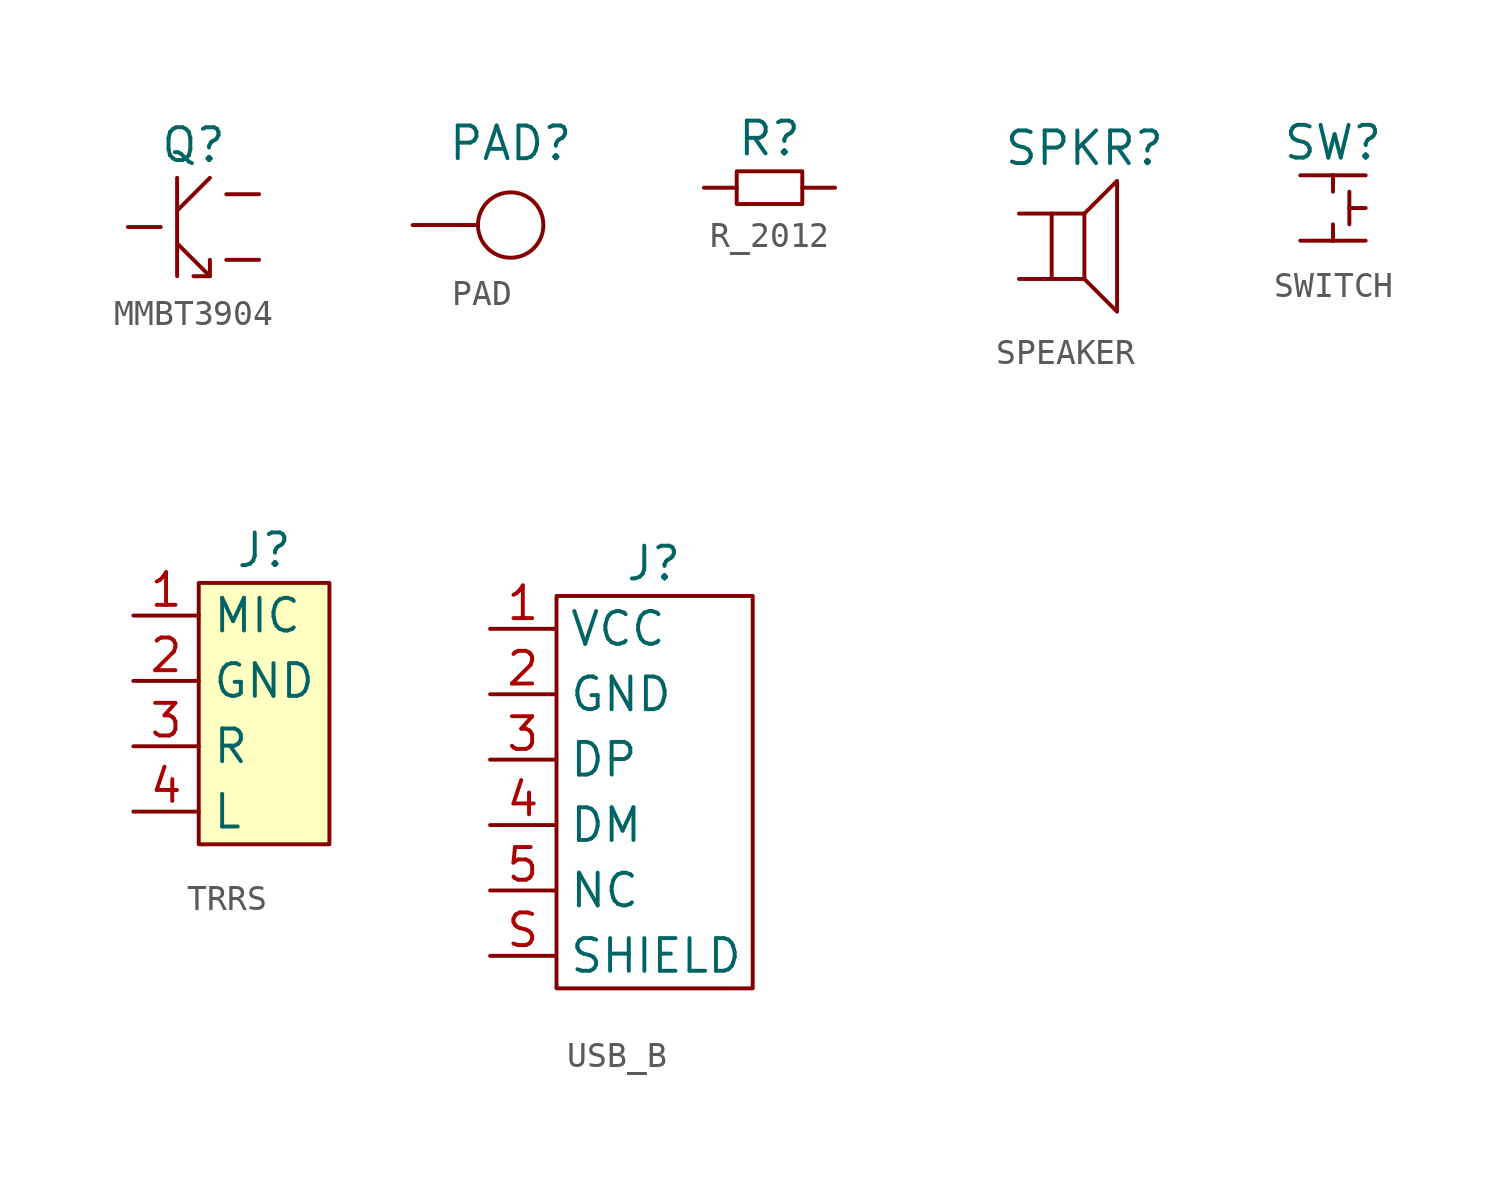
<source format=kicad_sym>
(kicad_symbol_lib
  (version 20220914)
  (generator kicad_symbol_editor)
  (symbol "MMBT3904"
    (pin_numbers hide)
    (pin_names hide)
    (property "Reference" "Q"
      (at 0 3.175 0)
      (effects (font (size 1.27 1.27))))
    (property "Value" ""
      (at 0 0 0)
      (effects (font (size 1.27 1.27))))
    (symbol "MMBT3904_0_1"
      (polyline (pts (xy -0.635 1.905) (xy -0.635 -1.905)) (stroke (width 0) (type default)) (fill (type none)))
      (polyline (pts (xy 0.635 -1.905) (xy 0 -1.905)) (stroke (width 0) (type default)) (fill (type none)))
      (polyline (pts (xy 0.635 1.905) (xy -0.635 0.635)) (stroke (width 0) (type default)) (fill (type none)))
      (polyline (pts (xy -0.635 -0.635) (xy 0.635 -1.905) (xy 0.635 -1.27)) (stroke (width 0) (type default)) (fill (type none))))
    (symbol "MMBT3904_1_1"
      (pin input line (at -2.54 0 0) (length 1.27) (name "B" (effects (font (size 1.27 1.27)))) (number "1" (effects (font (size 1.27 1.27)))))
      (pin output line (at 2.54 -1.27 180) (length 1.27) (name "E" (effects (font (size 1.27 1.27)))) (number "2" (effects (font (size 1.27 1.27)))))
      (pin input line (at 2.54 1.27 180) (length 1.27) (name "C" (effects (font (size 1.27 1.27)))) (number "3" (effects (font (size 1.27 1.27)))))))
  (symbol "PAD"
    (pin_numbers hide)
    (pin_names hide)
    (property "Reference" "PAD"
      (at 0 3.175 0)
      (effects (font (size 1.27 1.27))))
    (property "Value" ""
      (at 0 0 0)
      (effects (font (size 1.27 1.27))))
    (symbol "PAD_0_1"
      (circle (center 0 0) (radius 1.27) (stroke (width 0) (type default)) (fill (type none))))
    (symbol "PAD_1_1"
      (pin input line (at -3.81 0 0) (length 2.54) (name "1" (effects (font (size 1.27 1.27)))) (number "1" (effects (font (size 1.27 1.27)))))))
  (symbol "R_2012"
    (pin_numbers hide)
    (pin_names hide)
    (property "Reference" "R"
      (at 0 0.635 0)
      (effects (font (size 1.27 1.27))))
    (property "Value" ""
      (at 0 0.635 0)
      (effects (font (size 1.27 1.27))))
    (symbol "R_2012_0_1"
      (polyline (pts (xy -1.27 -0.635) (xy -1.27 -1.905) (xy 1.27 -1.905) (xy 1.27 -0.635) (xy -1.27 -0.635)) (stroke (width 0) (type default)) (fill (type none))))
    (symbol "R_2012_1_1"
      (pin passive line (at -2.54 -1.27 0) (length 1.27) (name "" (effects (font (size 1.27 1.27)))) (number "1" (effects (font (size 1.27 1.27)))))
      (pin passive line (at 2.54 -1.27 180) (length 1.27) (name "" (effects (font (size 1.27 1.27)))) (number "2" (effects (font (size 1.27 1.27)))))))
  (symbol "SPEAKER"
    (pin_numbers hide)
    (pin_names hide)
    (property "Reference" "SPKR"
      (at 0 3.81 0)
      (effects (font (size 1.27 1.27))))
    (property "Value" ""
      (at -3.81 1.27 0)
      (effects (font (size 1.27 1.27))))
    (symbol "SPEAKER_0_1"
      (polyline (pts (xy 0 1.27) (xy 1.27 2.54) (xy 1.27 -2.54) (xy 0 -1.27)) (stroke (width 0) (type default)) (fill (type none)))
      (polyline (pts (xy -1.27 1.27) (xy -1.27 -1.27) (xy 0 -1.27) (xy 0 1.27) (xy -1.27 1.27)) (stroke (width 0) (type default)) (fill (type none))))
    (symbol "SPEAKER_1_1"
      (pin passive line (at -2.54 1.27 0) (length 1.27) (name "" (effects (font (size 1.27 1.27)))) (number "1" (effects (font (size 1.27 1.27)))))
      (pin passive line (at -2.54 -1.27 0) (length 1.27) (name "" (effects (font (size 1.27 1.27)))) (number "2" (effects (font (size 1.27 1.27)))))))
  (symbol "SWITCH"
    (pin_numbers hide)
    (pin_names
      (offset 0) hide)
    (property "Reference" "SW"
      (at 0 2.54 0)
      (effects (font (size 1.27 1.27))))
    (property "Value" ""
      (at 0 0 0)
      (effects (font (size 1.27 1.27))))
    (symbol "SWITCH_0_1"
      (polyline (pts (xy 0 -0.635) (xy 0 -1.27)) (stroke (width 0) (type default)) (fill (type none)))
      (polyline (pts (xy 0 1.27) (xy 0 0.635)) (stroke (width 0) (type default)) (fill (type none)))
      (polyline (pts (xy 0.635 0.635) (xy 0.635 -0.635)) (stroke (width 0) (type default)) (fill (type none)))
      (polyline (pts (xy 1.27 0) (xy 0.635 0)) (stroke (width 0) (type default)) (fill (type none))))
    (symbol "SWITCH_1_1"
      (pin passive line (at -1.27 1.27 0) (length 1.27) (name "" (effects (font (size 1.27 1.27)))) (number "1" (effects (font (size 1.27 1.27)))))
      (pin passive line (at 1.27 1.27 180) (length 1.27) (name "" (effects (font (size 1.27 1.27)))) (number "2" (effects (font (size 1.27 1.27)))))
      (pin passive line (at -1.27 -1.27 0) (length 1.27) (name "" (effects (font (size 1.27 1.27)))) (number "3" (effects (font (size 1.27 1.27)))))
      (pin passive line (at 1.27 -1.27 180) (length 1.27) (name "" (effects (font (size 1.27 1.27)))) (number "4" (effects (font (size 1.27 1.27)))))))
  (symbol "TRRS"
    (property "Reference" "J"
      (at 0 3.81 0)
      (effects (font (size 1.27 1.27))))
    (property "Value" ""
      (at -2.54 0 0)
      (effects (font (size 1.27 1.27))))
    (symbol "TRRS_1_1"
      (rectangle (start -2.54 2.54) (end 2.54 -7.62) (stroke (width 0) (type default)) (fill (type background)))
      (pin passive line (at -5.08 1.27 0) (length 2.54) (name "MIC" (effects (font (size 1.27 1.27)))) (number "1" (effects (font (size 1.27 1.27)))))
      (pin passive line (at -5.08 -1.27 0) (length 2.54) (name "GND" (effects (font (size 1.27 1.27)))) (number "2" (effects (font (size 1.27 1.27)))))
      (pin passive line (at -5.08 -3.81 0) (length 2.54) (name "R" (effects (font (size 1.27 1.27)))) (number "3" (effects (font (size 1.27 1.27)))))
      (pin passive line (at -5.08 -6.35 0) (length 2.54) (name "L" (effects (font (size 1.27 1.27)))) (number "4" (effects (font (size 1.27 1.27)))))))
  (symbol "USB_B"
    (property "Reference" "J"
      (at 0 8.89 0)
      (effects (font (size 1.27 1.27))))
    (property "Value" ""
      (at -6.311 8.898 0)
      (effects (font (size 1.27 1.27))))
    (symbol "USB_B_0_1"
      (rectangle (start -3.771 7.628) (end 3.849 -7.612) (stroke (width 0) (type default)) (fill (type none))))
    (symbol "USB_B_1_1"
      (pin input line (at -6.35 6.35 0) (length 2.54) (name "VCC" (effects (font (size 1.27 1.27)))) (number "1" (effects (font (size 1.27 1.27)))))
      (pin input line (at -6.35 3.81 0) (length 2.54) (name "GND" (effects (font (size 1.27 1.27)))) (number "2" (effects (font (size 1.27 1.27)))))
      (pin input line (at -6.35 1.27 0) (length 2.54) (name "DP" (effects (font (size 1.27 1.27)))) (number "3" (effects (font (size 1.27 1.27)))))
      (pin input line (at -6.35 -1.27 0) (length 2.54) (name "DM" (effects (font (size 1.27 1.27)))) (number "4" (effects (font (size 1.27 1.27)))))
      (pin input line (at -6.35 -3.81 0) (length 2.54) (name "NC" (effects (font (size 1.27 1.27)))) (number "5" (effects (font (size 1.27 1.27)))))
      (pin input line (at -6.35 -6.35 0) (length 2.54) (name "SHIELD" (effects (font (size 1.27 1.27)))) (number "S" (effects (font (size 1.27 1.27))))))))
</source>
